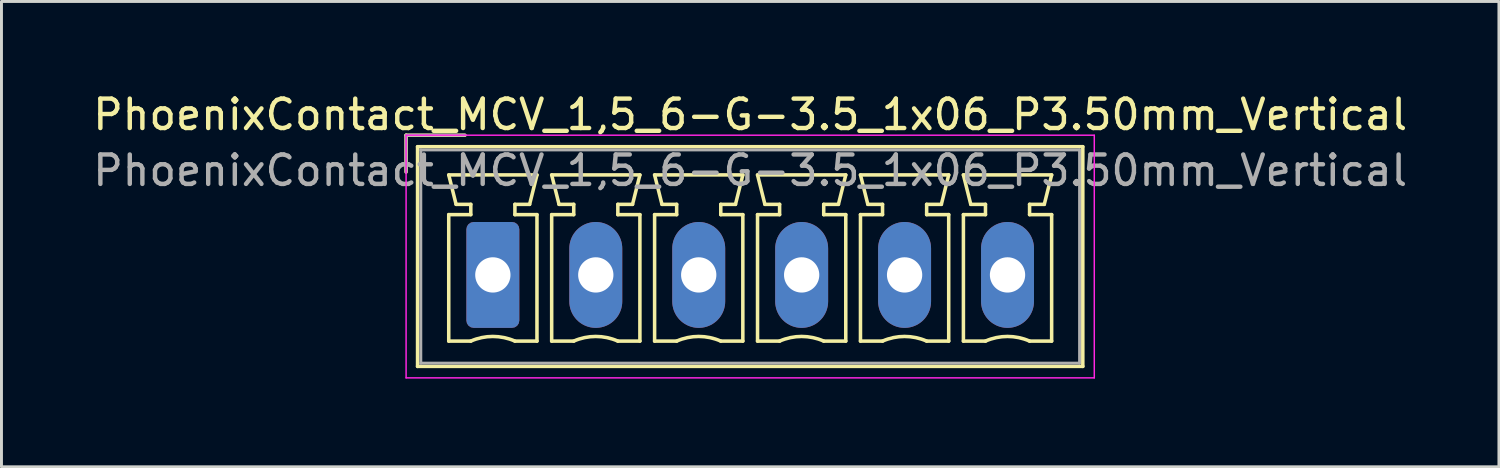
<source format=kicad_pcb>
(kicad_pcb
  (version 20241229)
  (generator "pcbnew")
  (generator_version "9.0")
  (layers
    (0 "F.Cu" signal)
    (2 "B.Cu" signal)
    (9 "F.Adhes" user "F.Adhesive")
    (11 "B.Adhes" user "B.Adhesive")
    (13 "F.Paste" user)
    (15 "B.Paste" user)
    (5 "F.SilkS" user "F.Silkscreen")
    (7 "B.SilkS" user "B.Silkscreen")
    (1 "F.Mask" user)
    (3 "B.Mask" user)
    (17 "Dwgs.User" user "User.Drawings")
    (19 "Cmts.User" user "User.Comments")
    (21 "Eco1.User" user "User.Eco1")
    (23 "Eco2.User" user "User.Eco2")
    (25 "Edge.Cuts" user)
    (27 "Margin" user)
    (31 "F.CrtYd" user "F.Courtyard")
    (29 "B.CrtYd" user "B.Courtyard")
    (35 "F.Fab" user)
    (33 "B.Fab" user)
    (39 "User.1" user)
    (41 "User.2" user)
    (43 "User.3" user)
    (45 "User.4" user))
  (footprint "PhoenixContact_MCV_1,5_6-G-3.5_1x06_P3.50mm_Vertical"
    (layer "F.Cu")
    (at 13.708 6.298)
    (property "Reference" "PhoenixContact_MCV_1,5_6-G-3.5_1x06_P3.50mm_Vertical" (at 8.75 -5.45 0) (layer "F.SilkS") (effects (font (size 1 1) (thickness 0.15))))
    (attr through_hole)
    (fp_line (start -2.95 -4.75) (end -0.95 -4.75) (stroke (width 0.12) (type solid)) (layer "F.SilkS"))
    (fp_line (start -2.95 -3.5) (end -2.95 -4.75) (stroke (width 0.12) (type solid)) (layer "F.SilkS"))
    (fp_line (start -2.56 -4.36) (end -2.56 3.11) (stroke (width 0.12) (type solid)) (layer "F.SilkS"))
    (fp_line (start -2.56 3.11) (end 20.06 3.11) (stroke (width 0.12) (type solid)) (layer "F.SilkS"))
    (fp_line (start -1.5 -3.4) (end 1.5 -3.4) (stroke (width 0.12) (type solid)) (layer "F.SilkS"))
    (fp_line (start -1.5 -2.05) (end -0.75 -2.05) (stroke (width 0.12) (type solid)) (layer "F.SilkS"))
    (fp_line (start -1.5 2.25) (end -1.5 -2.05) (stroke (width 0.12) (type solid)) (layer "F.SilkS"))
    (fp_line (start -1.25 -2.4) (end -1.5 -3.4) (stroke (width 0.12) (type solid)) (layer "F.SilkS"))
    (fp_line (start -0.75 -2.4) (end -1.25 -2.4) (stroke (width 0.12) (type solid)) (layer "F.SilkS"))
    (fp_line (start -0.75 -2.05) (end -0.75 -2.4) (stroke (width 0.12) (type solid)) (layer "F.SilkS"))
    (fp_line (start -0.75 2.25) (end -1.5 2.25) (stroke (width 0.12) (type solid)) (layer "F.SilkS"))
    (fp_line (start 0.75 -2.4) (end 0.75 -2.05) (stroke (width 0.12) (type solid)) (layer "F.SilkS"))
    (fp_line (start 0.75 -2.05) (end 1.5 -2.05) (stroke (width 0.12) (type solid)) (layer "F.SilkS"))
    (fp_line (start 1.25 -2.4) (end 0.75 -2.4) (stroke (width 0.12) (type solid)) (layer "F.SilkS"))
    (fp_line (start 1.5 -3.4) (end 1.25 -2.4) (stroke (width 0.12) (type solid)) (layer "F.SilkS"))
    (fp_line (start 1.5 -2.05) (end 1.5 2.25) (stroke (width 0.12) (type solid)) (layer "F.SilkS"))
    (fp_line (start 1.5 2.25) (end 0.75 2.25) (stroke (width 0.12) (type solid)) (layer "F.SilkS"))
    (fp_line (start 2 -3.4) (end 5 -3.4) (stroke (width 0.12) (type solid)) (layer "F.SilkS"))
    (fp_line (start 2 -2.05) (end 2.75 -2.05) (stroke (width 0.12) (type solid)) (layer "F.SilkS"))
    (fp_line (start 2 2.25) (end 2 -2.05) (stroke (width 0.12) (type solid)) (layer "F.SilkS"))
    (fp_line (start 2.25 -2.4) (end 2 -3.4) (stroke (width 0.12) (type solid)) (layer "F.SilkS"))
    (fp_line (start 2.75 -2.4) (end 2.25 -2.4) (stroke (width 0.12) (type solid)) (layer "F.SilkS"))
    (fp_line (start 2.75 -2.05) (end 2.75 -2.4) (stroke (width 0.12) (type solid)) (layer "F.SilkS"))
    (fp_line (start 2.75 2.25) (end 2 2.25) (stroke (width 0.12) (type solid)) (layer "F.SilkS"))
    (fp_line (start 4.25 -2.4) (end 4.25 -2.05) (stroke (width 0.12) (type solid)) (layer "F.SilkS"))
    (fp_line (start 4.25 -2.05) (end 5 -2.05) (stroke (width 0.12) (type solid)) (layer "F.SilkS"))
    (fp_line (start 4.75 -2.4) (end 4.25 -2.4) (stroke (width 0.12) (type solid)) (layer "F.SilkS"))
    (fp_line (start 5 -3.4) (end 4.75 -2.4) (stroke (width 0.12) (type solid)) (layer "F.SilkS"))
    (fp_line (start 5 -2.05) (end 5 2.25) (stroke (width 0.12) (type solid)) (layer "F.SilkS"))
    (fp_line (start 5 2.25) (end 4.25 2.25) (stroke (width 0.12) (type solid)) (layer "F.SilkS"))
    (fp_line (start 5.5 -3.4) (end 8.5 -3.4) (stroke (width 0.12) (type solid)) (layer "F.SilkS"))
    (fp_line (start 5.5 -2.05) (end 6.25 -2.05) (stroke (width 0.12) (type solid)) (layer "F.SilkS"))
    (fp_line (start 5.5 2.25) (end 5.5 -2.05) (stroke (width 0.12) (type solid)) (layer "F.SilkS"))
    (fp_line (start 5.75 -2.4) (end 5.5 -3.4) (stroke (width 0.12) (type solid)) (layer "F.SilkS"))
    (fp_line (start 6.25 -2.4) (end 5.75 -2.4) (stroke (width 0.12) (type solid)) (layer "F.SilkS"))
    (fp_line (start 6.25 -2.05) (end 6.25 -2.4) (stroke (width 0.12) (type solid)) (layer "F.SilkS"))
    (fp_line (start 6.25 2.25) (end 5.5 2.25) (stroke (width 0.12) (type solid)) (layer "F.SilkS"))
    (fp_line (start 7.75 -2.4) (end 7.75 -2.05) (stroke (width 0.12) (type solid)) (layer "F.SilkS"))
    (fp_line (start 7.75 -2.05) (end 8.5 -2.05) (stroke (width 0.12) (type solid)) (layer "F.SilkS"))
    (fp_line (start 8.25 -2.4) (end 7.75 -2.4) (stroke (width 0.12) (type solid)) (layer "F.SilkS"))
    (fp_line (start 8.5 -3.4) (end 8.25 -2.4) (stroke (width 0.12) (type solid)) (layer "F.SilkS"))
    (fp_line (start 8.5 -2.05) (end 8.5 2.25) (stroke (width 0.12) (type solid)) (layer "F.SilkS"))
    (fp_line (start 8.5 2.25) (end 7.75 2.25) (stroke (width 0.12) (type solid)) (layer "F.SilkS"))
    (fp_line (start 9 -3.4) (end 12 -3.4) (stroke (width 0.12) (type solid)) (layer "F.SilkS"))
    (fp_line (start 9 -2.05) (end 9.75 -2.05) (stroke (width 0.12) (type solid)) (layer "F.SilkS"))
    (fp_line (start 9 2.25) (end 9 -2.05) (stroke (width 0.12) (type solid)) (layer "F.SilkS"))
    (fp_line (start 9.25 -2.4) (end 9 -3.4) (stroke (width 0.12) (type solid)) (layer "F.SilkS"))
    (fp_line (start 9.75 -2.4) (end 9.25 -2.4) (stroke (width 0.12) (type solid)) (layer "F.SilkS"))
    (fp_line (start 9.75 -2.05) (end 9.75 -2.4) (stroke (width 0.12) (type solid)) (layer "F.SilkS"))
    (fp_line (start 9.75 2.25) (end 9 2.25) (stroke (width 0.12) (type solid)) (layer "F.SilkS"))
    (fp_line (start 11.25 -2.4) (end 11.25 -2.05) (stroke (width 0.12) (type solid)) (layer "F.SilkS"))
    (fp_line (start 11.25 -2.05) (end 12 -2.05) (stroke (width 0.12) (type solid)) (layer "F.SilkS"))
    (fp_line (start 11.75 -2.4) (end 11.25 -2.4) (stroke (width 0.12) (type solid)) (layer "F.SilkS"))
    (fp_line (start 12 -3.4) (end 11.75 -2.4) (stroke (width 0.12) (type solid)) (layer "F.SilkS"))
    (fp_line (start 12 -2.05) (end 12 2.25) (stroke (width 0.12) (type solid)) (layer "F.SilkS"))
    (fp_line (start 12 2.25) (end 11.25 2.25) (stroke (width 0.12) (type solid)) (layer "F.SilkS"))
    (fp_line (start 12.5 -3.4) (end 15.5 -3.4) (stroke (width 0.12) (type solid)) (layer "F.SilkS"))
    (fp_line (start 12.5 -2.05) (end 13.25 -2.05) (stroke (width 0.12) (type solid)) (layer "F.SilkS"))
    (fp_line (start 12.5 2.25) (end 12.5 -2.05) (stroke (width 0.12) (type solid)) (layer "F.SilkS"))
    (fp_line (start 12.75 -2.4) (end 12.5 -3.4) (stroke (width 0.12) (type solid)) (layer "F.SilkS"))
    (fp_line (start 13.25 -2.4) (end 12.75 -2.4) (stroke (width 0.12) (type solid)) (layer "F.SilkS"))
    (fp_line (start 13.25 -2.05) (end 13.25 -2.4) (stroke (width 0.12) (type solid)) (layer "F.SilkS"))
    (fp_line (start 13.25 2.25) (end 12.5 2.25) (stroke (width 0.12) (type solid)) (layer "F.SilkS"))
    (fp_line (start 14.75 -2.4) (end 14.75 -2.05) (stroke (width 0.12) (type solid)) (layer "F.SilkS"))
    (fp_line (start 14.75 -2.05) (end 15.5 -2.05) (stroke (width 0.12) (type solid)) (layer "F.SilkS"))
    (fp_line (start 15.25 -2.4) (end 14.75 -2.4) (stroke (width 0.12) (type solid)) (layer "F.SilkS"))
    (fp_line (start 15.5 -3.4) (end 15.25 -2.4) (stroke (width 0.12) (type solid)) (layer "F.SilkS"))
    (fp_line (start 15.5 -2.05) (end 15.5 2.25) (stroke (width 0.12) (type solid)) (layer "F.SilkS"))
    (fp_line (start 15.5 2.25) (end 14.75 2.25) (stroke (width 0.12) (type solid)) (layer "F.SilkS"))
    (fp_line (start 16 -3.4) (end 19 -3.4) (stroke (width 0.12) (type solid)) (layer "F.SilkS"))
    (fp_line (start 16 -2.05) (end 16.75 -2.05) (stroke (width 0.12) (type solid)) (layer "F.SilkS"))
    (fp_line (start 16 2.25) (end 16 -2.05) (stroke (width 0.12) (type solid)) (layer "F.SilkS"))
    (fp_line (start 16.25 -2.4) (end 16 -3.4) (stroke (width 0.12) (type solid)) (layer "F.SilkS"))
    (fp_line (start 16.75 -2.4) (end 16.25 -2.4) (stroke (width 0.12) (type solid)) (layer "F.SilkS"))
    (fp_line (start 16.75 -2.05) (end 16.75 -2.4) (stroke (width 0.12) (type solid)) (layer "F.SilkS"))
    (fp_line (start 16.75 2.25) (end 16 2.25) (stroke (width 0.12) (type solid)) (layer "F.SilkS"))
    (fp_line (start 18.25 -2.4) (end 18.25 -2.05) (stroke (width 0.12) (type solid)) (layer "F.SilkS"))
    (fp_line (start 18.25 -2.05) (end 19 -2.05) (stroke (width 0.12) (type solid)) (layer "F.SilkS"))
    (fp_line (start 18.75 -2.4) (end 18.25 -2.4) (stroke (width 0.12) (type solid)) (layer "F.SilkS"))
    (fp_line (start 19 -3.4) (end 18.75 -2.4) (stroke (width 0.12) (type solid)) (layer "F.SilkS"))
    (fp_line (start 19 -2.05) (end 19 2.25) (stroke (width 0.12) (type solid)) (layer "F.SilkS"))
    (fp_line (start 19 2.25) (end 18.25 2.25) (stroke (width 0.12) (type solid)) (layer "F.SilkS"))
    (fp_line (start 20.06 -4.36) (end -2.56 -4.36) (stroke (width 0.12) (type solid)) (layer "F.SilkS"))
    (fp_line (start 20.06 3.11) (end 20.06 -4.36) (stroke (width 0.12) (type solid)) (layer "F.SilkS"))
    (fp_arc (start -0.75 2.25) (mid -0.000193 2.09191) (end 0.749647 2.249844) (stroke (width 0.12) (type solid)) (layer "F.SilkS"))
    (fp_arc (start 2.75 2.25) (mid 3.499807 2.09191) (end 4.249647 2.249844) (stroke (width 0.12) (type solid)) (layer "F.SilkS"))
    (fp_arc (start 6.25 2.25) (mid 6.999807 2.09191) (end 7.749647 2.249844) (stroke (width 0.12) (type solid)) (layer "F.SilkS"))
    (fp_arc (start 9.75 2.25) (mid 10.499807 2.09191) (end 11.249647 2.249844) (stroke (width 0.12) (type solid)) (layer "F.SilkS"))
    (fp_arc (start 13.25 2.25) (mid 13.999807 2.09191) (end 14.749647 2.249844) (stroke (width 0.12) (type solid)) (layer "F.SilkS"))
    (fp_arc (start 16.75 2.25) (mid 17.499807 2.09191) (end 18.249647 2.249844) (stroke (width 0.12) (type solid)) (layer "F.SilkS"))
    (fp_line (start -2.95 -4.75) (end -2.95 3.5) (stroke (width 0.05) (type solid)) (layer "F.CrtYd"))
    (fp_line (start -2.95 3.5) (end 20.45 3.5) (stroke (width 0.05) (type solid)) (layer "F.CrtYd"))
    (fp_line (start 20.45 -4.75) (end -2.95 -4.75) (stroke (width 0.05) (type solid)) (layer "F.CrtYd"))
    (fp_line (start 20.45 3.5) (end 20.45 -4.75) (stroke (width 0.05) (type solid)) (layer "F.CrtYd"))
    (fp_line (start -2.95 -4.75) (end -0.95 -4.75) (stroke (width 0.1) (type solid)) (layer "F.Fab"))
    (fp_line (start -2.95 -3.5) (end -2.95 -4.75) (stroke (width 0.1) (type solid)) (layer "F.Fab"))
    (fp_line (start -2.45 -4.25) (end -2.45 3) (stroke (width 0.1) (type solid)) (layer "F.Fab"))
    (fp_line (start -2.45 3) (end 19.95 3) (stroke (width 0.1) (type solid)) (layer "F.Fab"))
    (fp_line (start 19.95 -4.25) (end -2.45 -4.25) (stroke (width 0.1) (type solid)) (layer "F.Fab"))
    (fp_line (start 19.95 3) (end 19.95 -4.25) (stroke (width 0.1) (type solid)) (layer "F.Fab"))
    (fp_text user "${REFERENCE}" (at 8.75 -3.55 0) (layer "F.Fab") (effects (font (size 1 1) (thickness 0.15))))
    (pad "1" thru_hole roundrect (at 0 0) (size 1.8 3.6) (drill 1.2) (layers "*.Cu" "*.Mask") (roundrect_rratio 0.139))
    (pad "2" thru_hole oval (at 3.5 0) (size 1.8 3.6) (drill 1.2) (layers "*.Cu" "*.Mask"))
    (pad "3" thru_hole oval (at 7 0) (size 1.8 3.6) (drill 1.2) (layers "*.Cu" "*.Mask"))
    (pad "4" thru_hole oval (at 10.5 0) (size 1.8 3.6) (drill 1.2) (layers "*.Cu" "*.Mask"))
    (pad "5" thru_hole oval (at 14 0) (size 1.8 3.6) (drill 1.2) (layers "*.Cu" "*.Mask"))
    (pad "6" thru_hole oval (at 17.5 0) (size 1.8 3.6) (drill 1.2) (layers "*.Cu" "*.Mask")))
  (gr_rect
    (start -3 -3)
    (end 47.917 12.823)
    (stroke (width 0.1) (type default))
    (fill no)
    (layer "Edge.Cuts")))
</source>
